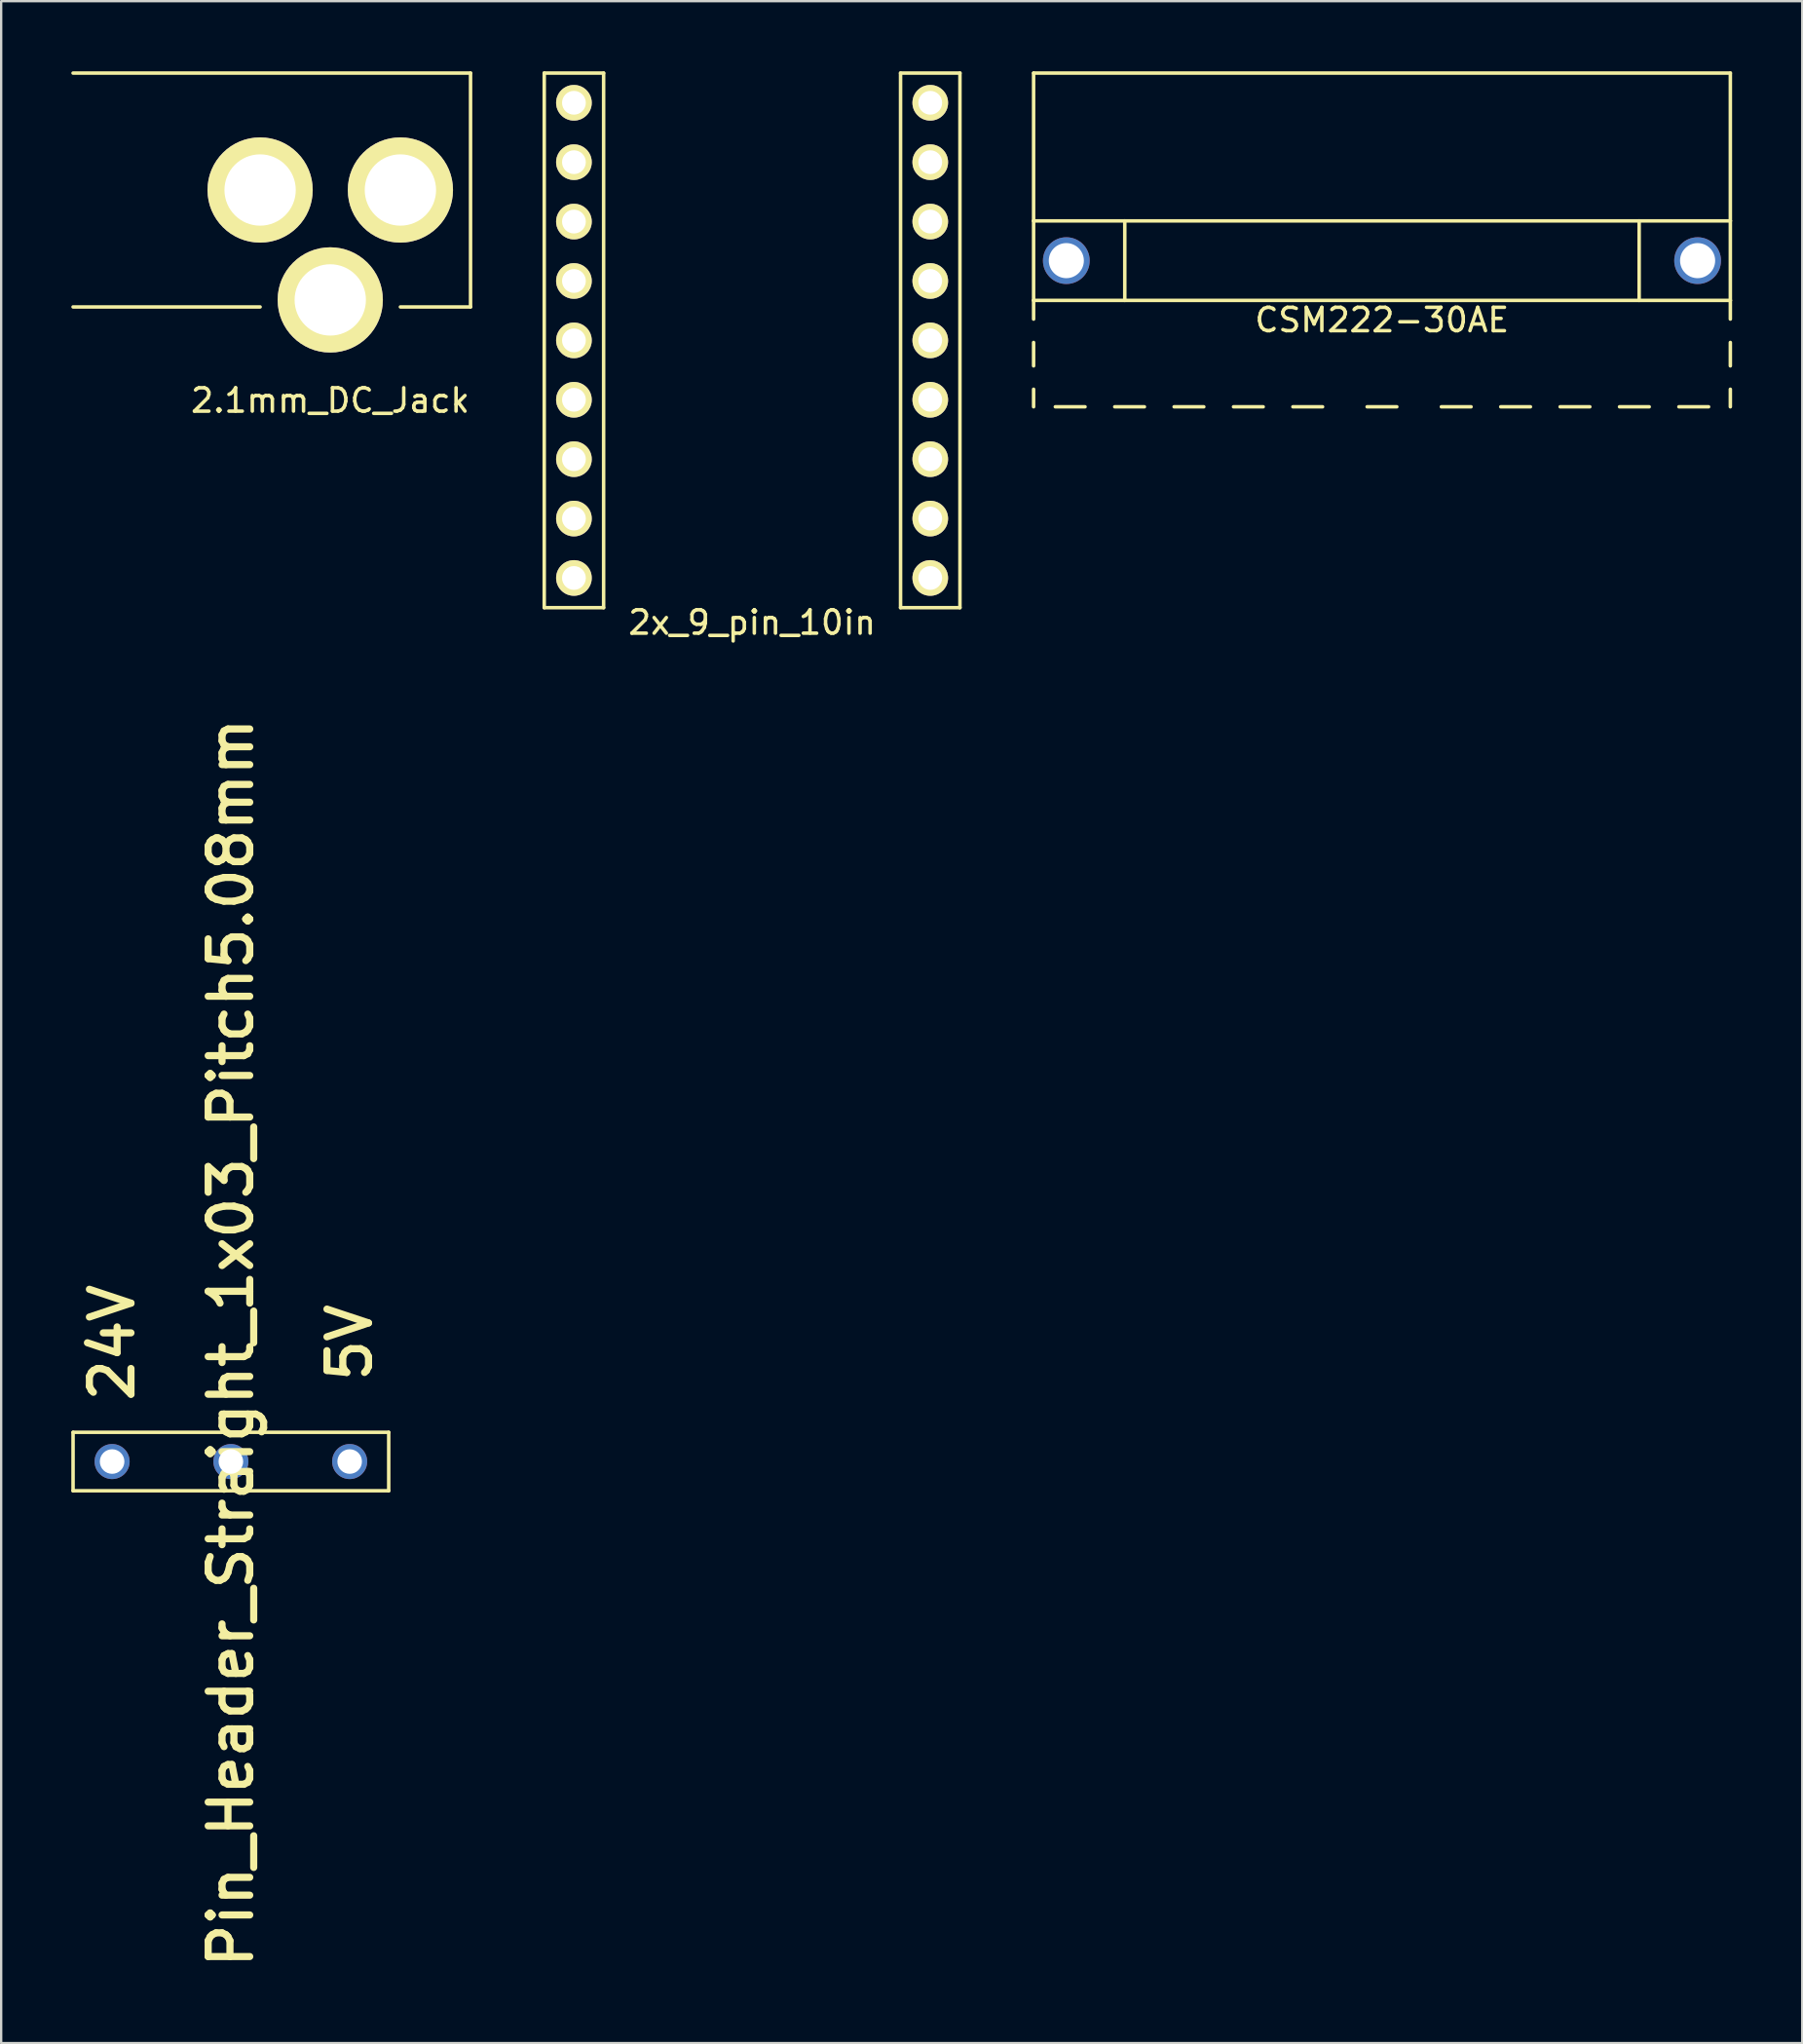
<source format=kicad_pcb>
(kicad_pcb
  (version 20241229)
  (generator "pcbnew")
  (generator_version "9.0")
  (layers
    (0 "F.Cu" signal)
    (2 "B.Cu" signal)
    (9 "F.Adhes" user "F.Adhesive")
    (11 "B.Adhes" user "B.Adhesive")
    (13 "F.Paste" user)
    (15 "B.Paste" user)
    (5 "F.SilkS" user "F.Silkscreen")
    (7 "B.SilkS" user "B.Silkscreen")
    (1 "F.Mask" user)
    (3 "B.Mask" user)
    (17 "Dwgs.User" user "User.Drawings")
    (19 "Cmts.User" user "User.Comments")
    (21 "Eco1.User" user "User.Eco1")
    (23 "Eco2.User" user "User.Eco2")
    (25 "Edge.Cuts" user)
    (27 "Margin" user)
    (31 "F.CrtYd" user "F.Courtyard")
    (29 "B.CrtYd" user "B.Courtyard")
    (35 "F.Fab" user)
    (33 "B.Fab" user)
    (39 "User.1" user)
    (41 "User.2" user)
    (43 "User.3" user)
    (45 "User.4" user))
  (footprint "CSM222-30AE"
    (layer "F.Cu")
    (at 56.057 8.095)
    (property "Reference" "CSM222-30AE" (at 0 2.54 0) (layer "F.SilkS") (effects (font (size 1 1) (thickness 0.15))))
    (attr through_hole)
    (fp_line (start -14.9 -8.02) (end -14.9 -1.7) (stroke (width 0.15) (type solid)) (layer "F.SilkS"))
    (fp_line (start -14.9 -1.7) (end 14.9 -1.7) (stroke (width 0.15) (type solid)) (layer "F.SilkS"))
    (fp_line (start -14.9 1.7) (end -14.9 -1.7) (stroke (width 0.15) (type solid)) (layer "F.SilkS"))
    (fp_line (start -14.9 1.7) (end -14.9 2.5) (stroke (width 0.15) (type solid)) (layer "F.SilkS"))
    (fp_line (start -14.9 1.7) (end 14.9 1.7) (stroke (width 0.15) (type solid)) (layer "F.SilkS"))
    (fp_line (start -14.9 3.5) (end -14.9 4.5) (stroke (width 0.15) (type solid)) (layer "F.SilkS"))
    (fp_line (start -14.9 5.5) (end -14.9 6.25) (stroke (width 0.15) (type solid)) (layer "F.SilkS"))
    (fp_line (start -13.97 6.25) (end -12.7 6.25) (stroke (width 0.15) (type solid)) (layer "F.SilkS"))
    (fp_line (start -11 -1.7) (end -11 1.7) (stroke (width 0.15) (type solid)) (layer "F.SilkS"))
    (fp_line (start -10.16 6.25) (end -11.43 6.25) (stroke (width 0.15) (type solid)) (layer "F.SilkS"))
    (fp_line (start -7.62 6.25) (end -8.89 6.25) (stroke (width 0.15) (type solid)) (layer "F.SilkS"))
    (fp_line (start -5.08 6.25) (end -6.35 6.25) (stroke (width 0.15) (type solid)) (layer "F.SilkS"))
    (fp_line (start -2.54 6.25) (end -3.81 6.25) (stroke (width 0.15) (type solid)) (layer "F.SilkS"))
    (fp_line (start 0.635 6.25) (end -0.635 6.25) (stroke (width 0.15) (type solid)) (layer "F.SilkS"))
    (fp_line (start 3.81 6.25) (end 2.54 6.25) (stroke (width 0.15) (type solid)) (layer "F.SilkS"))
    (fp_line (start 6.35 6.25) (end 5.08 6.25) (stroke (width 0.15) (type solid)) (layer "F.SilkS"))
    (fp_line (start 8.89 6.25) (end 7.62 6.25) (stroke (width 0.15) (type solid)) (layer "F.SilkS"))
    (fp_line (start 11 -1.7) (end 11 1.7) (stroke (width 0.15) (type solid)) (layer "F.SilkS"))
    (fp_line (start 11.43 6.25) (end 10.16 6.25) (stroke (width 0.15) (type solid)) (layer "F.SilkS"))
    (fp_line (start 13.97 6.25) (end 12.7 6.25) (stroke (width 0.15) (type solid)) (layer "F.SilkS"))
    (fp_line (start 14.9 -8.02) (end -14.9 -8.02) (stroke (width 0.15) (type solid)) (layer "F.SilkS"))
    (fp_line (start 14.9 -8.02) (end 14.9 -1.7) (stroke (width 0.15) (type solid)) (layer "F.SilkS"))
    (fp_line (start 14.9 1.7) (end 14.9 -1.7) (stroke (width 0.15) (type solid)) (layer "F.SilkS"))
    (fp_line (start 14.9 1.7) (end 14.9 2.5) (stroke (width 0.15) (type solid)) (layer "F.SilkS"))
    (fp_line (start 14.9 3.5) (end 14.9 4.5) (stroke (width 0.15) (type solid)) (layer "F.SilkS"))
    (fp_line (start 14.9 5.5) (end 14.9 6.25) (stroke (width 0.15) (type solid)) (layer "F.SilkS"))
    (pad "1" thru_hole circle (at -13.5 0) (size 2 2) (drill 1.5) (layers "*.Cu" "*.Mask"))
    (pad "1" thru_hole circle (at 13.5 0) (size 2 2) (drill 1.5) (layers "*.Cu" "*.Mask")))
  (footprint "Pin_Header_Straight_1x03_Pitch5.08mm"
    (layer "F.Cu")
    (at 6.825 59.448)
    (property "Reference" "Pin_Header_Straight_1x03_Pitch5.08mm" (at 0 -5.08 90) (layer "F.SilkS") (effects (font (size 1.778 1.778) (thickness 0.305))))
    (attr through_hole)
    (fp_line (start -6.75 -1.25) (end 6.75 -1.25) (stroke (width 0.15) (type solid)) (layer "F.SilkS"))
    (fp_line (start -6.75 1.25) (end -6.75 -1.25) (stroke (width 0.15) (type solid)) (layer "F.SilkS"))
    (fp_line (start 6.75 -1.25) (end 6.75 1.25) (stroke (width 0.15) (type solid)) (layer "F.SilkS"))
    (fp_line (start 6.75 1.25) (end -6.75 1.25) (stroke (width 0.15) (type solid)) (layer "F.SilkS"))
    (fp_text user "5V" (at 5.08 -5.08 90) (layer "F.SilkS") (effects (font (size 1.778 1.778) (thickness 0.305))))
    (fp_text user "24V" (at -5.08 -5.08 90) (layer "F.SilkS") (effects (font (size 1.778 1.778) (thickness 0.305))))
    (pad "1" thru_hole circle (at -5.08 0) (size 1.5 1.5) (drill 1.05) (layers "*.Cu" "*.Mask"))
    (pad "2" thru_hole circle (at 0 0) (size 1.5 1.5) (drill 1.05) (layers "*.Cu" "*.Mask"))
    (pad "3" thru_hole circle (at 5.08 0) (size 1.5 1.5) (drill 1.05) (layers "*.Cu" "*.Mask")))
  (footprint "2.1mm_DC_Jack"
    (layer "F.Cu")
    (at 11.075 5.075)
    (property "Reference" "2.1mm_DC_Jack" (at 0 9 0) (layer "F.SilkS") (effects (font (size 1 1) (thickness 0.15))))
    (attr through_hole)
    (fp_line (start -3 5) (end -11 5) (stroke (width 0.15) (type solid)) (layer "F.SilkS"))
    (fp_line (start 6 -5) (end -11 -5) (stroke (width 0.15) (type solid)) (layer "F.SilkS"))
    (fp_line (start 6 5) (end 3 5) (stroke (width 0.15) (type solid)) (layer "F.SilkS"))
    (fp_line (start 6 5) (end 6 -5) (stroke (width 0.15) (type solid)) (layer "F.SilkS"))
    (pad "1" thru_hole circle (at 3 0) (size 4.5 4.5) (drill 3.05) (layers "*.Cu" "*.Mask" "F.SilkS"))
    (pad "2" thru_hole circle (at -3 0) (size 4.5 4.5) (drill 3.05) (layers "*.Cu" "*.Mask" "F.SilkS"))
    (pad "3" thru_hole circle (at 0 4.7) (size 4.5 4.5) (drill 3.05) (layers "*.Cu" "*.Mask" "F.SilkS")))
  (footprint "2x_9_pin_10in"
    (layer "F.Cu")
    (at 29.117 11.505)
    (property "Reference" "2x_9_pin_10in" (at 0 12.065 0) (layer "F.SilkS") (effects (font (size 1 1) (thickness 0.15))))
    (attr through_hole)
    (fp_line (start -8.89 -11.43) (end -8.89 11.43) (stroke (width 0.15) (type solid)) (layer "F.SilkS"))
    (fp_line (start -8.89 11.43) (end -6.35 11.43) (stroke (width 0.15) (type solid)) (layer "F.SilkS"))
    (fp_line (start -6.35 -11.43) (end -8.89 -11.43) (stroke (width 0.15) (type solid)) (layer "F.SilkS"))
    (fp_line (start -6.35 11.43) (end -6.35 -11.43) (stroke (width 0.15) (type solid)) (layer "F.SilkS"))
    (fp_line (start 6.35 -11.43) (end 6.35 11.43) (stroke (width 0.15) (type solid)) (layer "F.SilkS"))
    (fp_line (start 6.35 11.43) (end 8.89 11.43) (stroke (width 0.15) (type solid)) (layer "F.SilkS"))
    (fp_line (start 8.89 -11.43) (end 6.35 -11.43) (stroke (width 0.15) (type solid)) (layer "F.SilkS"))
    (fp_line (start 8.89 11.43) (end 8.89 -11.43) (stroke (width 0.15) (type solid)) (layer "F.SilkS"))
    (pad "1" thru_hole circle (at -7.62 -10.16 270) (size 1.524 1.524) (drill 1.016) (layers "*.Cu" "*.Mask" "F.SilkS"))
    (pad "2" thru_hole circle (at 7.62 -10.16 270) (size 1.524 1.524) (drill 1.016) (layers "*.Cu" "*.Mask" "F.SilkS"))
    (pad "3" thru_hole circle (at -7.62 -7.62 270) (size 1.524 1.524) (drill 1.016) (layers "*.Cu" "*.Mask" "F.SilkS"))
    (pad "4" thru_hole circle (at 7.62 -7.62 270) (size 1.524 1.524) (drill 1.016) (layers "*.Cu" "*.Mask" "F.SilkS"))
    (pad "5" thru_hole circle (at -7.62 -5.08 270) (size 1.524 1.524) (drill 1.016) (layers "*.Cu" "*.Mask" "F.SilkS"))
    (pad "6" thru_hole circle (at 7.62 -5.08 270) (size 1.524 1.524) (drill 1.016) (layers "*.Cu" "*.Mask" "F.SilkS"))
    (pad "7" thru_hole circle (at -7.62 -2.54 270) (size 1.524 1.524) (drill 1.016) (layers "*.Cu" "*.Mask" "F.SilkS"))
    (pad "8" thru_hole circle (at 7.62 -2.54 270) (size 1.524 1.524) (drill 1.016) (layers "*.Cu" "*.Mask" "F.SilkS"))
    (pad "9" thru_hole circle (at -7.62 0 270) (size 1.524 1.524) (drill 1.016) (layers "*.Cu" "*.Mask" "F.SilkS"))
    (pad "10" thru_hole circle (at 7.62 0 270) (size 1.524 1.524) (drill 1.016) (layers "*.Cu" "*.Mask" "F.SilkS"))
    (pad "11" thru_hole circle (at -7.62 2.54 270) (size 1.524 1.524) (drill 1.016) (layers "*.Cu" "*.Mask" "F.SilkS"))
    (pad "12" thru_hole circle (at 7.62 2.54 270) (size 1.524 1.524) (drill 1.016) (layers "*.Cu" "*.Mask" "F.SilkS"))
    (pad "13" thru_hole circle (at -7.62 5.08 270) (size 1.524 1.524) (drill 1.016) (layers "*.Cu" "*.Mask" "F.SilkS"))
    (pad "14" thru_hole circle (at 7.62 5.08 270) (size 1.524 1.524) (drill 1.016) (layers "*.Cu" "*.Mask" "F.SilkS"))
    (pad "15" thru_hole circle (at -7.62 7.62 270) (size 1.524 1.524) (drill 1.016) (layers "*.Cu" "*.Mask" "F.SilkS"))
    (pad "16" thru_hole circle (at 7.62 7.62 270) (size 1.524 1.524) (drill 1.016) (layers "*.Cu" "*.Mask" "F.SilkS"))
    (pad "17" thru_hole circle (at -7.62 10.16 270) (size 1.524 1.524) (drill 1.016) (layers "*.Cu" "*.Mask" "F.SilkS"))
    (pad "18" thru_hole circle (at 7.62 10.16 270) (size 1.524 1.524) (drill 1.016) (layers "*.Cu" "*.Mask" "F.SilkS")))
  (gr_rect
    (start -3 -3)
    (end 74.032 84.317)
    (stroke (width 0.1) (type default))
    (fill no)
    (layer "Edge.Cuts")))
</source>
